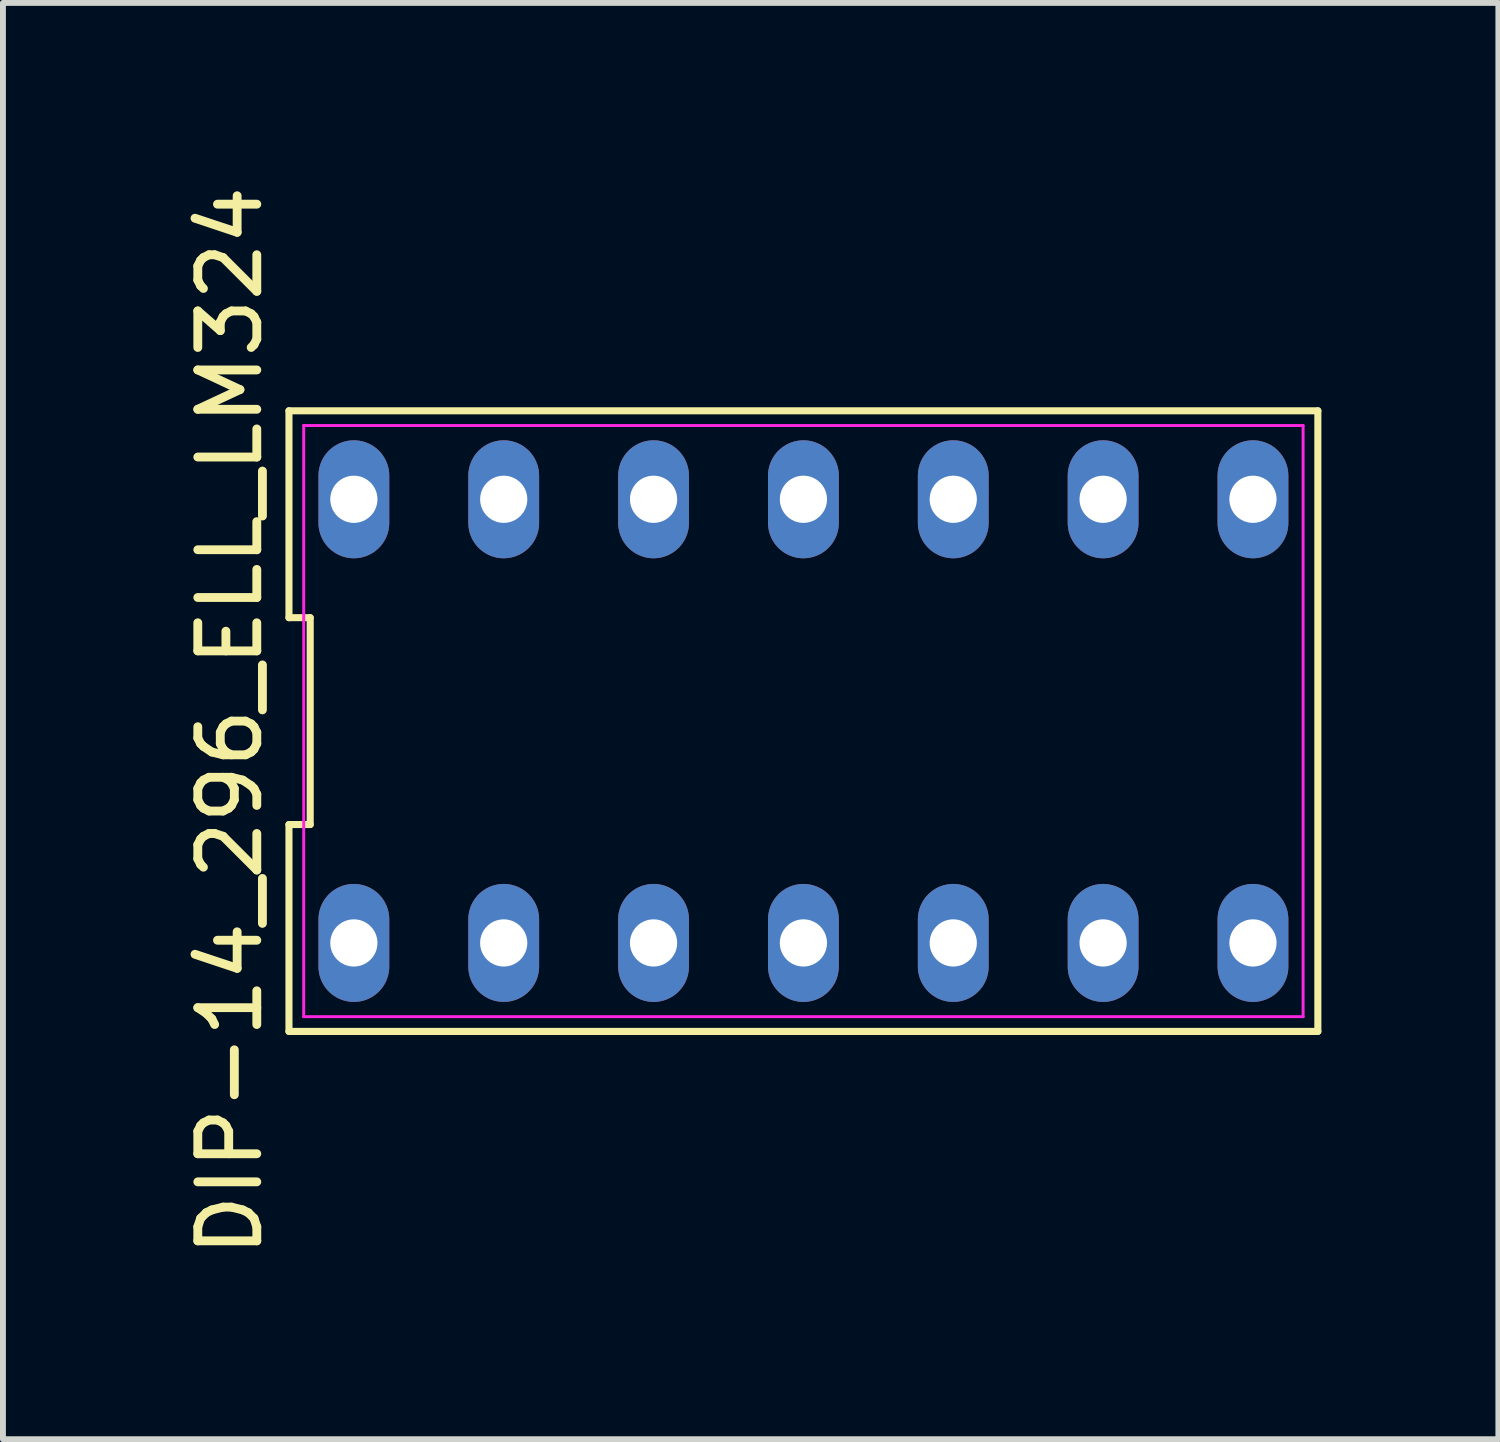
<source format=kicad_pcb>
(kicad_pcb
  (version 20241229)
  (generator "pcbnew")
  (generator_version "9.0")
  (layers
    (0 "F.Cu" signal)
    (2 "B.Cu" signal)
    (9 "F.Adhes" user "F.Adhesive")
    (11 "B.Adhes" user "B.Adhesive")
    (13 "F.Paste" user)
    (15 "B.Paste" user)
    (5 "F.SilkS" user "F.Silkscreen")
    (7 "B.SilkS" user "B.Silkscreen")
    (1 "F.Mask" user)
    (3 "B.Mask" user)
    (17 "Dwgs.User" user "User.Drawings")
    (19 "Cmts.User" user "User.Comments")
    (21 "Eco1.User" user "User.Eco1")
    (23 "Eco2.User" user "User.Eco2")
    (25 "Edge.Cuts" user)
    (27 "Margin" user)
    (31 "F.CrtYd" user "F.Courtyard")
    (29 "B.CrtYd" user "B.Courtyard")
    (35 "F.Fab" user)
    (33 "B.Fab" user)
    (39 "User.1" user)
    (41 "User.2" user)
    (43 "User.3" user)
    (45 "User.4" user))
  (footprint "DIP-14_296_ELL_LM324"
    (layer "F.Cu")
    (at 10.568 9.173)
    (property "Reference" "DIP-14_296_ELL_LM324" (at -9.72 0 90) (layer "F.SilkS") (effects (font (size 1 1) (thickness 0.15))))
    (attr through_hole)
    (fp_line (start -8.72 -5.26) (end -8.72 -1.753) (stroke (width 0.12) (type default)) (layer "F.SilkS"))
    (fp_line (start -8.72 -1.753) (end -8.36 -1.753) (stroke (width 0.12) (type default)) (layer "F.SilkS"))
    (fp_line (start -8.72 1.753) (end -8.72 5.26) (stroke (width 0.12) (type default)) (layer "F.SilkS"))
    (fp_line (start -8.72 5.26) (end 8.72 5.26) (stroke (width 0.12) (type default)) (layer "F.SilkS"))
    (fp_line (start -8.36 -1.753) (end -8.36 1.753) (stroke (width 0.12) (type default)) (layer "F.SilkS"))
    (fp_line (start -8.36 1.753) (end -8.72 1.753) (stroke (width 0.12) (type default)) (layer "F.SilkS"))
    (fp_line (start 8.72 -5.26) (end -8.72 -5.26) (stroke (width 0.12) (type default)) (layer "F.SilkS"))
    (fp_line (start 8.72 5.26) (end 8.72 -5.26) (stroke (width 0.12) (type default)) (layer "F.SilkS"))
    (fp_line (start -8.47 -5.01) (end 8.47 -5.01) (stroke (width 0.05) (type default)) (layer "F.CrtYd"))
    (fp_line (start -8.47 5.01) (end -8.47 -5.01) (stroke (width 0.05) (type default)) (layer "F.CrtYd"))
    (fp_line (start 8.47 -5.01) (end 8.47 5.01) (stroke (width 0.05) (type default)) (layer "F.CrtYd"))
    (fp_line (start 8.47 5.01) (end -8.47 5.01) (stroke (width 0.05) (type default)) (layer "F.CrtYd"))
    (pad "1" thru_hole oval (at -7.62 3.76) (size 1.2 2) (drill 0.8) (layers "*.Cu" "*.Mask"))
    (pad "2" thru_hole oval (at -5.08 3.76) (size 1.2 2) (drill 0.8) (layers "*.Cu" "*.Mask"))
    (pad "3" thru_hole oval (at -2.54 3.76) (size 1.2 2) (drill 0.8) (layers "*.Cu" "*.Mask"))
    (pad "4" thru_hole oval (at 0 3.76) (size 1.2 2) (drill 0.8) (layers "*.Cu" "*.Mask"))
    (pad "5" thru_hole oval (at 2.54 3.76) (size 1.2 2) (drill 0.8) (layers "*.Cu" "*.Mask"))
    (pad "6" thru_hole oval (at 5.08 3.76) (size 1.2 2) (drill 0.8) (layers "*.Cu" "*.Mask"))
    (pad "7" thru_hole oval (at 7.62 3.76) (size 1.2 2) (drill 0.8) (layers "*.Cu" "*.Mask"))
    (pad "8" thru_hole oval (at 7.62 -3.76) (size 1.2 2) (drill 0.8) (layers "*.Cu" "*.Mask"))
    (pad "9" thru_hole oval (at 5.08 -3.76) (size 1.2 2) (drill 0.8) (layers "*.Cu" "*.Mask"))
    (pad "10" thru_hole oval (at 2.54 -3.76) (size 1.2 2) (drill 0.8) (layers "*.Cu" "*.Mask"))
    (pad "11" thru_hole oval (at 0 -3.76) (size 1.2 2) (drill 0.8) (layers "*.Cu" "*.Mask"))
    (pad "12" thru_hole oval (at -2.54 -3.76) (size 1.2 2) (drill 0.8) (layers "*.Cu" "*.Mask"))
    (pad "13" thru_hole oval (at -5.08 -3.76) (size 1.2 2) (drill 0.8) (layers "*.Cu" "*.Mask"))
    (pad "14" thru_hole oval (at -7.62 -3.76) (size 1.2 2) (drill 0.8) (layers "*.Cu" "*.Mask")))
  (gr_rect
    (start -3 -3)
    (end 22.348 21.345)
    (stroke (width 0.1) (type default))
    (fill no)
    (layer "Edge.Cuts")))
</source>
